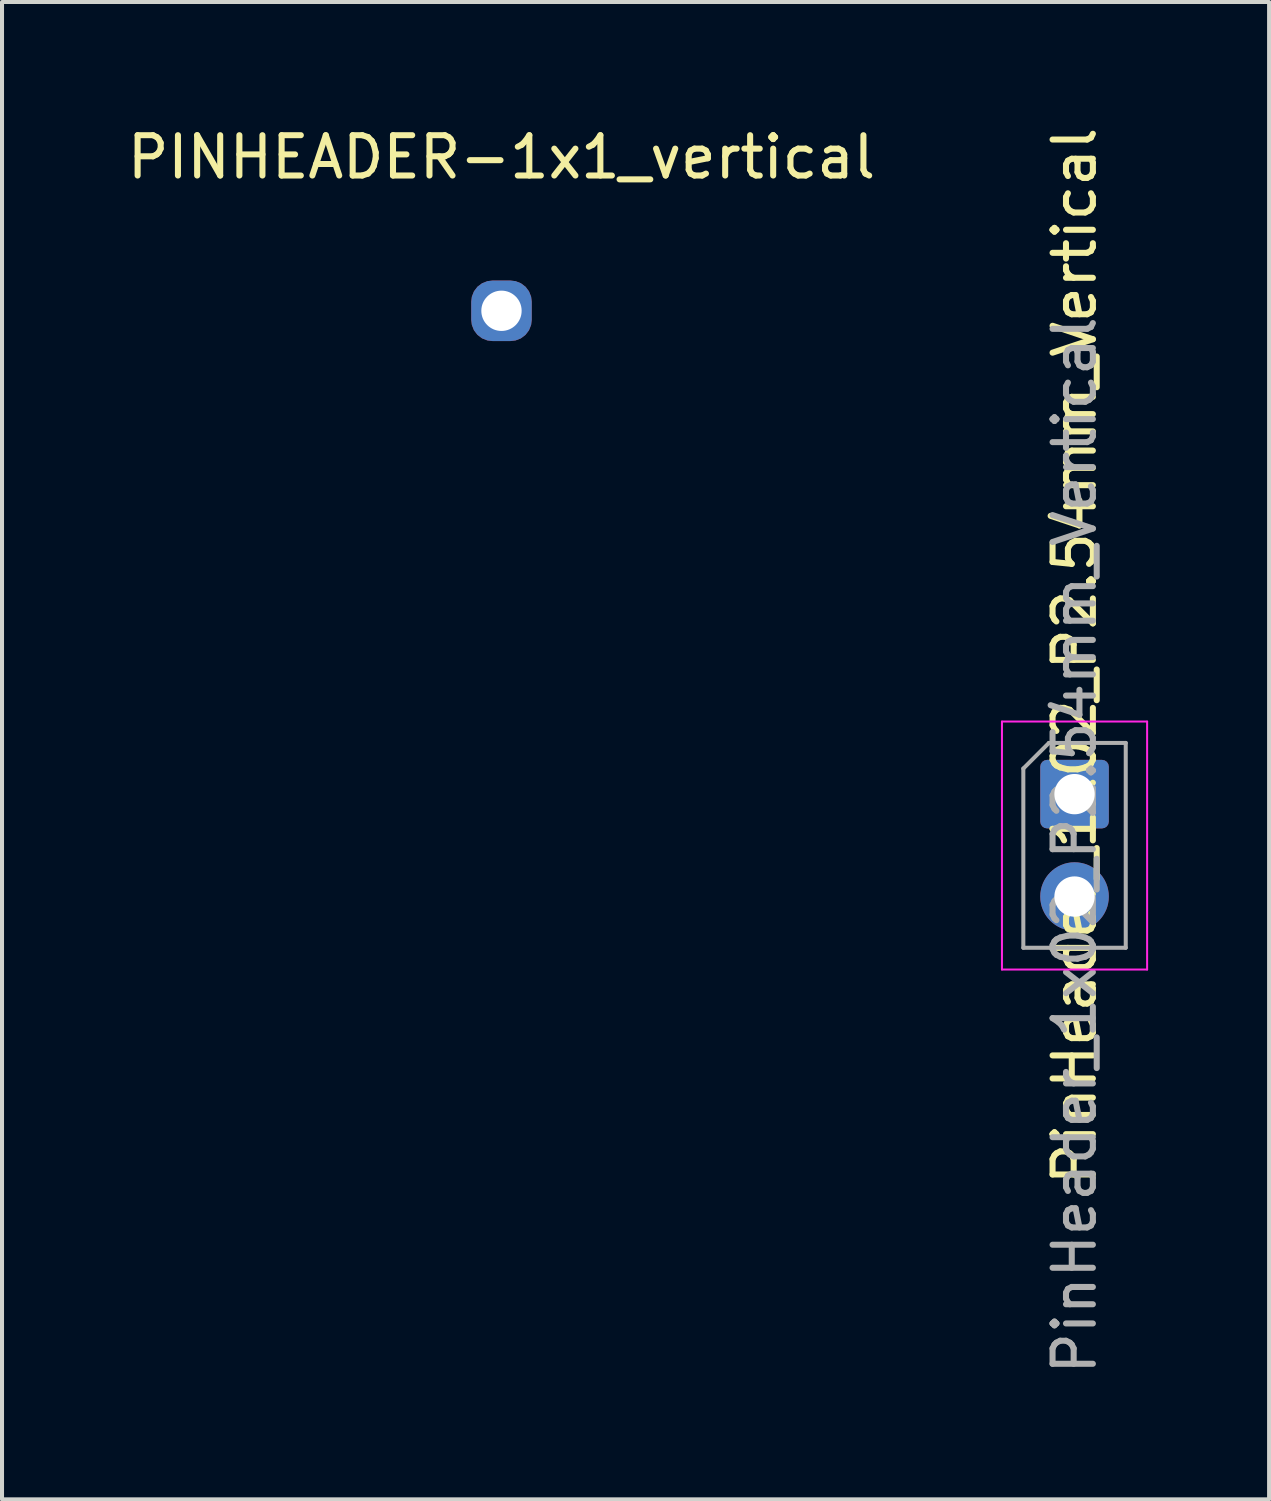
<source format=kicad_pcb>
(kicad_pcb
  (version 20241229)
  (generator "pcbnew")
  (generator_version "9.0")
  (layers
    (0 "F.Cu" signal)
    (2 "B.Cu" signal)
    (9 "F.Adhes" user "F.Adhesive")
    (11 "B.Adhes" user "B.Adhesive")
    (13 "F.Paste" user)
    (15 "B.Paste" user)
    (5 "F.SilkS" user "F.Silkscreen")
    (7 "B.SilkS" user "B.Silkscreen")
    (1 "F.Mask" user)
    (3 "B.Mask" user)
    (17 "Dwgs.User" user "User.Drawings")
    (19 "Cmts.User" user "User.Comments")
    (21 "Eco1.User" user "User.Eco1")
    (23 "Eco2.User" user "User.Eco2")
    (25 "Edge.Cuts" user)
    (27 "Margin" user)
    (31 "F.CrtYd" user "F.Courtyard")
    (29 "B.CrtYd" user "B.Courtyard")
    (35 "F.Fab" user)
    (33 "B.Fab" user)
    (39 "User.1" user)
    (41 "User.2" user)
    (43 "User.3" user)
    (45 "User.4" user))
  (footprint "PINHEADER-1x1_vertical"
    (layer "F.Cu")
    (at 9.387 4.658)
    (property "Reference" "PINHEADER-1x1_vertical" (at 0 -3.81 0) (unlocked yes) (layer "F.SilkS") (effects (font (size 1 1) (thickness 0.15))))
    (attr through_hole)
    (pad "1" thru_hole roundrect (at 0 0) (size 1.5 1.5) (drill 1) (layers "*.Cu" "*.Mask") (roundrect_rratio 0.35)))
  (footprint "PinHeader_1x02_P2.54mm_Vertical"
    (layer "F.Cu")
    (at 23.599 16.645)
    (property "Reference" "PinHeader_1x02_P2.54mm_Vertical" (at 0 -3.425 90) (layer "F.SilkS") (effects (font (size 1 1) (thickness 0.15))))
    (attr through_hole)
    (fp_line (start -1.8 -1.8) (end -1.8 4.35) (stroke (width 0.05) (type solid)) (layer "F.CrtYd"))
    (fp_line (start -1.8 4.35) (end 1.8 4.35) (stroke (width 0.05) (type solid)) (layer "F.CrtYd"))
    (fp_line (start 1.8 -1.8) (end -1.8 -1.8) (stroke (width 0.05) (type solid)) (layer "F.CrtYd"))
    (fp_line (start 1.8 4.35) (end 1.8 -1.8) (stroke (width 0.05) (type solid)) (layer "F.CrtYd"))
    (fp_line (start -1.27 -0.635) (end -0.635 -1.27) (stroke (width 0.1) (type solid)) (layer "F.Fab"))
    (fp_line (start -1.27 3.81) (end -1.27 -0.635) (stroke (width 0.1) (type solid)) (layer "F.Fab"))
    (fp_line (start -0.635 -1.27) (end 1.27 -1.27) (stroke (width 0.1) (type solid)) (layer "F.Fab"))
    (fp_line (start 1.27 -1.27) (end 1.27 3.81) (stroke (width 0.1) (type solid)) (layer "F.Fab"))
    (fp_line (start 1.27 3.81) (end -1.27 3.81) (stroke (width 0.1) (type solid)) (layer "F.Fab"))
    (fp_text user "${REFERENCE}" (at 0 1.27 90) (layer "F.Fab") (effects (font (size 1 1) (thickness 0.15))))
    (pad "1" thru_hole roundrect (at 0 0) (size 1.7 1.7) (drill 1) (layers "*.Cu" "*.Mask") (roundrect_rratio 0.1))
    (pad "2" thru_hole oval (at 0 2.54) (size 1.7 1.7) (drill 1) (layers "*.Cu" "*.Mask")))
  (gr_rect
    (start -3 -3)
    (end 28.424 34.135)
    (stroke (width 0.1) (type default))
    (fill no)
    (layer "Edge.Cuts")))
</source>
